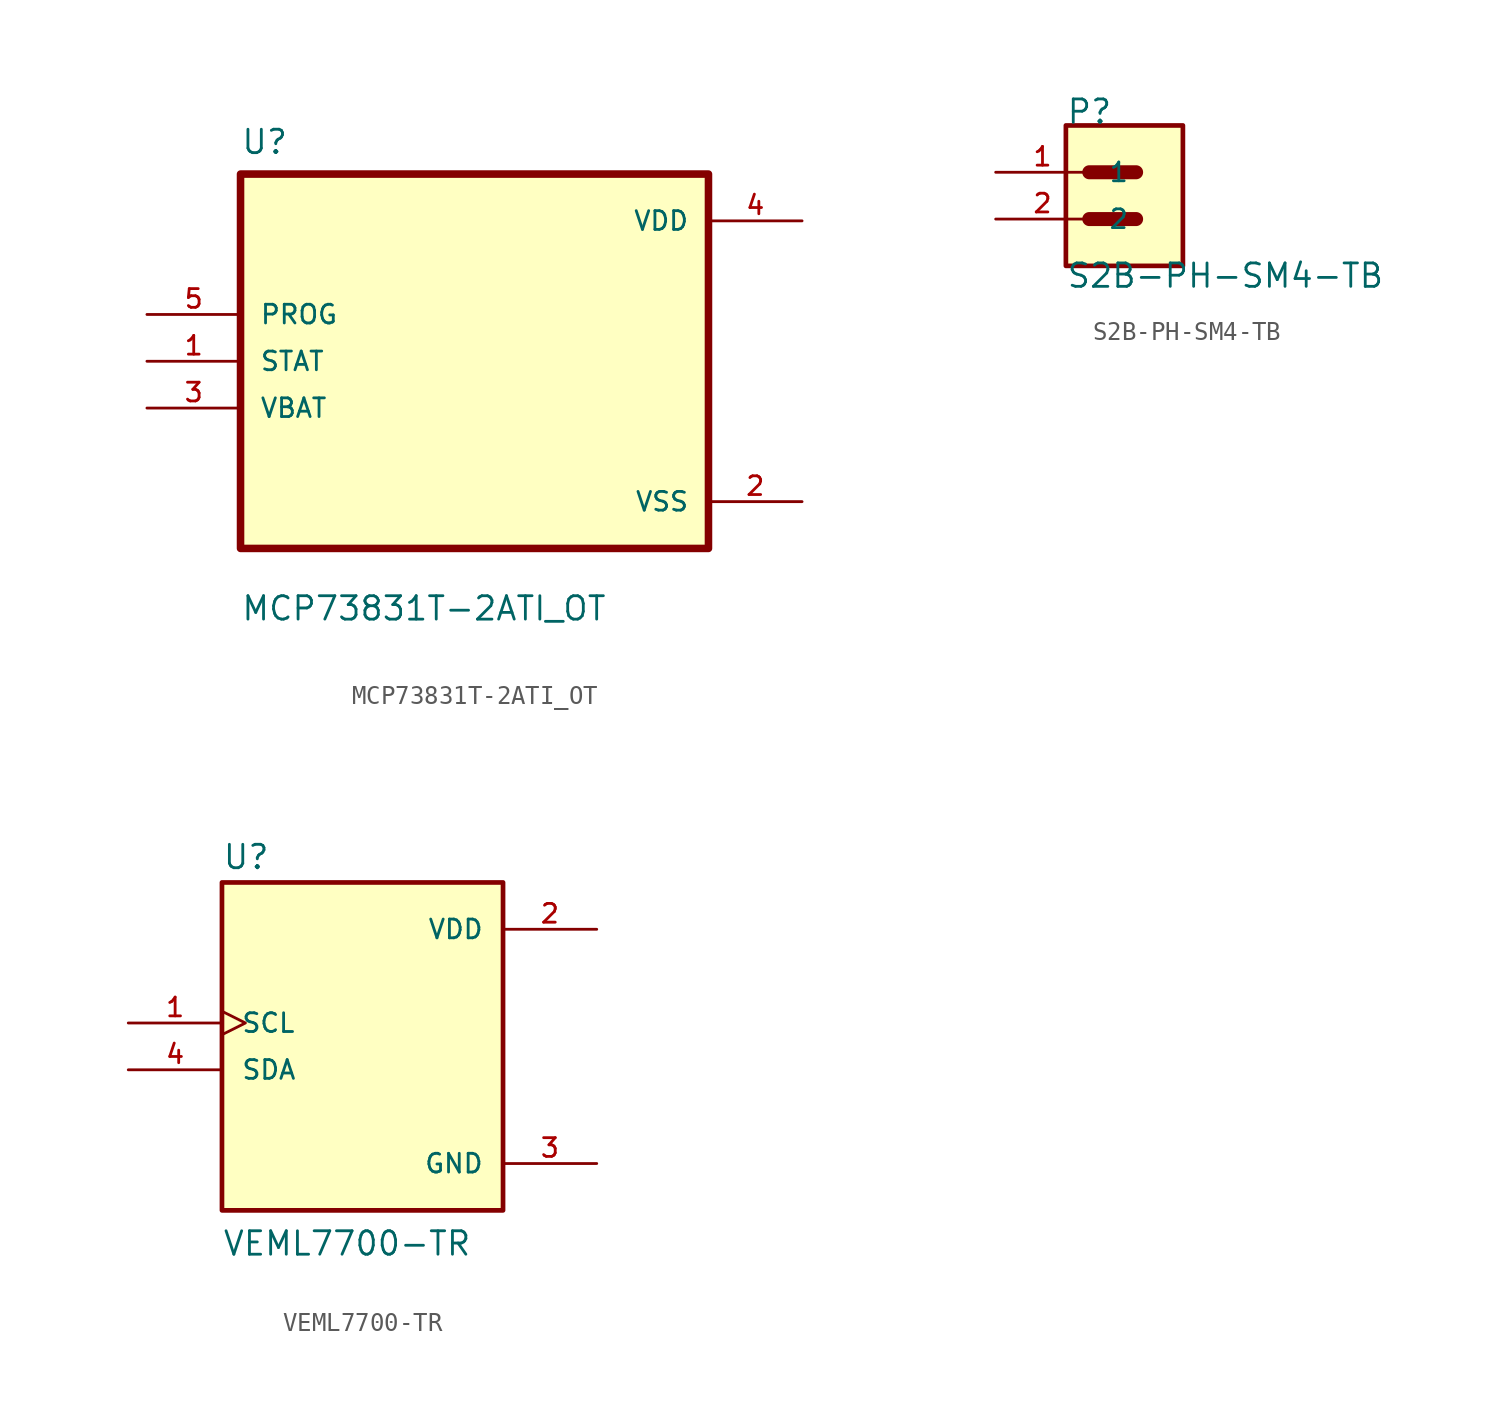
<source format=kicad_sym>
(kicad_symbol_lib
  (version 20231120)
  (generator "kicad_symbol_editor")
  (generator_version "8.0")
  (symbol "MCP73831T-2ATI_OT"
    (pin_names
      (offset 1.016))
    (property "Reference" "U"
      (at -12.7 11.16 0)
      (effects (font (size 1.27 1.27)) (justify left bottom)))
    (property "Value" "MCP73831T-2ATI_OT"
      (at -12.7 -14.16 0)
      (effects (font (size 1.27 1.27)) (justify left bottom)))
    (symbol "MCP73831T-2ATI_OT_0_0"
      (rectangle (start -12.7 10.16) (end 12.7 -10.16) (stroke (width 0.41) (type default)) (fill (type background)))
      (pin input line (at -17.78 0 0) (length 5.08) (name "STAT" (effects (font (size 1.016 1.016)))) (number "1" (effects (font (size 1.016 1.016)))))
      (pin power_in line (at 17.78 -7.62 180) (length 5.08) (name "VSS" (effects (font (size 1.016 1.016)))) (number "2" (effects (font (size 1.016 1.016)))))
      (pin input line (at -17.78 -2.54 0) (length 5.08) (name "VBAT" (effects (font (size 1.016 1.016)))) (number "3" (effects (font (size 1.016 1.016)))))
      (pin power_in line (at 17.78 7.62 180) (length 5.08) (name "VDD" (effects (font (size 1.016 1.016)))) (number "4" (effects (font (size 1.016 1.016)))))
      (pin input line (at -17.78 2.54 0) (length 5.08) (name "PROG" (effects (font (size 1.016 1.016)))) (number "5" (effects (font (size 1.016 1.016)))))))
  (symbol "S2B-PH-SM4-TB"
    (pin_names
      (offset 1.016))
    (property "Reference" "P"
      (at -1.272 3.816 0)
      (effects (font (size 1.27 1.27)) (justify left bottom)))
    (property "Value" "S2B-PH-SM4-TB"
      (at -1.271 -5.084 0)
      (effects (font (size 1.27 1.27)) (justify left bottom)))
    (symbol "S2B-PH-SM4-TB_0_0"
      (rectangle (start -1.27 3.81) (end 5.08 -3.81) (stroke (width 0.254) (type default)) (fill (type background)))
      (polyline (pts (xy 0 -1.27) (xy 2.54 -1.27)) (stroke (width 0.762) (type default)) (fill (type none)))
      (polyline (pts (xy 0 1.27) (xy 2.54 1.27)) (stroke (width 0.762) (type default)) (fill (type none))))
    (symbol "S2B-PH-SM4-TB_1_0"
      (pin passive line (at -5.08 1.27 0) (length 5.08) (name "1" (effects (font (size 1.016 1.016)))) (number "1" (effects (font (size 1.016 1.016)))))
      (pin power_out line (at -5.08 -1.27 0) (length 5.08) (name "2" (effects (font (size 1.016 1.016)))) (number "2" (effects (font (size 1.016 1.016)))))))
  (symbol "VEML7700-TR"
    (pin_names
      (offset 1.016))
    (property "Reference" "U"
      (at -7.62 10.795 0)
      (effects (font (size 1.27 1.27)) (justify left bottom)))
    (property "Value" "VEML7700-TR"
      (at -7.62 -10.16 0)
      (effects (font (size 1.27 1.27)) (justify left bottom)))
    (symbol "VEML7700-TR_0_0"
      (rectangle (start -7.62 -7.62) (end 7.62 10.16) (stroke (width 0.254) (type default)) (fill (type background)))
      (pin input clock (at -12.7 2.54 0) (length 5.08) (name "SCL" (effects (font (size 1.016 1.016)))) (number "1" (effects (font (size 1.016 1.016)))))
      (pin power_in line (at 12.7 7.62 180) (length 5.08) (name "VDD" (effects (font (size 1.016 1.016)))) (number "2" (effects (font (size 1.016 1.016)))))
      (pin power_in line (at 12.7 -5.08 180) (length 5.08) (name "GND" (effects (font (size 1.016 1.016)))) (number "3" (effects (font (size 1.016 1.016)))))
      (pin bidirectional line (at -12.7 0 0) (length 5.08) (name "SDA" (effects (font (size 1.016 1.016)))) (number "4" (effects (font (size 1.016 1.016))))))))
</source>
